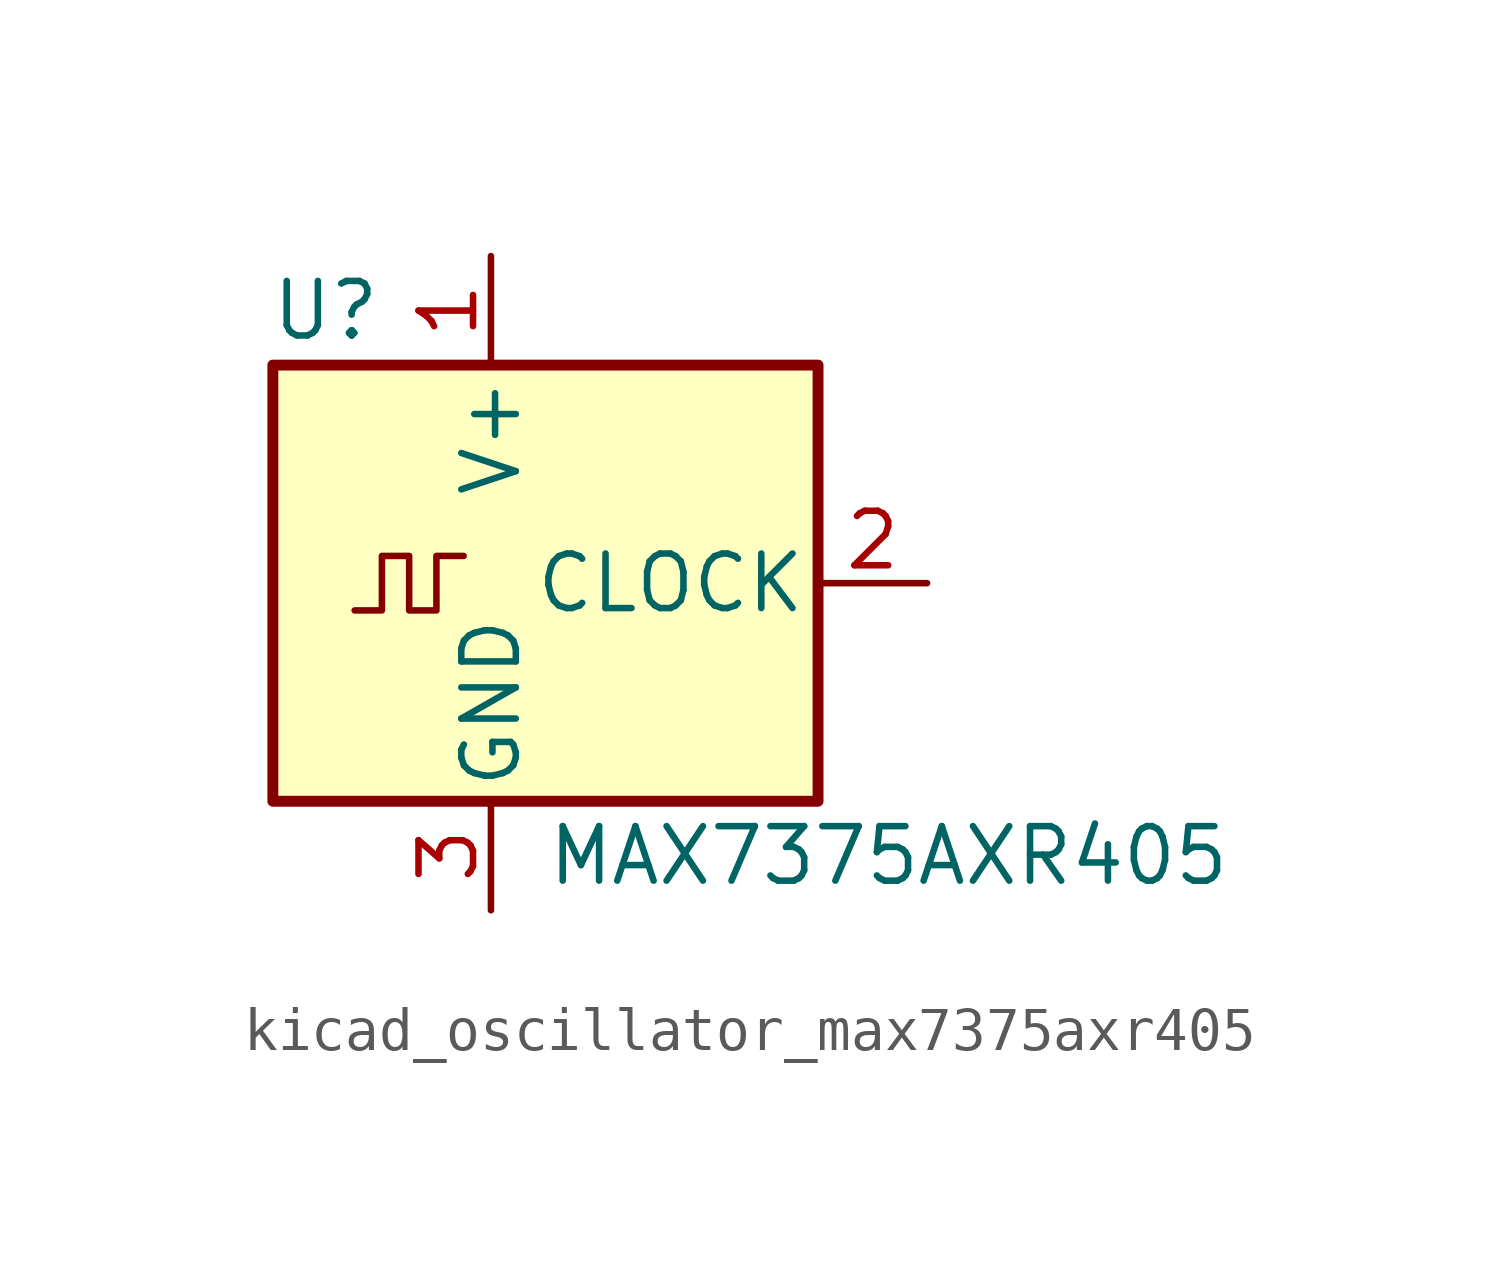
<source format=kicad_sym>
(kicad_symbol_lib
  (version 20220914)
  (generator kicad_symbol_editor)
  (symbol "kicad_oscillator_max7375axr405"
    (pin_names
      (offset 0.254))
    (property "Reference" "U"
      (at -2.54 6.35 0)
      (effects (font (size 1.27 1.27)) (justify right)))
    (property "Value" "MAX7375AXR405"
      (at 1.27 -6.35 0)
      (effects (font (size 1.27 1.27)) (justify left)))
    (symbol "kicad_oscillator_max7375axr405_0_1"
      (rectangle (start -5.08 5.08) (end 7.62 -5.08) (stroke (width 0.254) (type default)) (fill (type background)))
      (polyline (pts (xy -3.175 -0.635) (xy -2.54 -0.635) (xy -2.54 0.635) (xy -1.905 0.635) (xy -1.905 -0.635) (xy -1.27 -0.635) (xy -1.27 0.635) (xy -0.635 0.635)) (stroke (width 0) (type default)) (fill (type none))))
    (symbol "kicad_oscillator_max7375axr405_1_1"
      (pin power_in line (at 0 7.62 270) (length 2.54) (name "V+" (effects (font (size 1.27 1.27)))) (number "1" (effects (font (size 1.27 1.27)))))
      (pin output line (at 10.16 0 180) (length 2.54) (name "CLOCK" (effects (font (size 1.27 1.27)))) (number "2" (effects (font (size 1.27 1.27)))))
      (pin power_in line (at 0 -7.62 90) (length 2.54) (name "GND" (effects (font (size 1.27 1.27)))) (number "3" (effects (font (size 1.27 1.27))))))))
</source>
